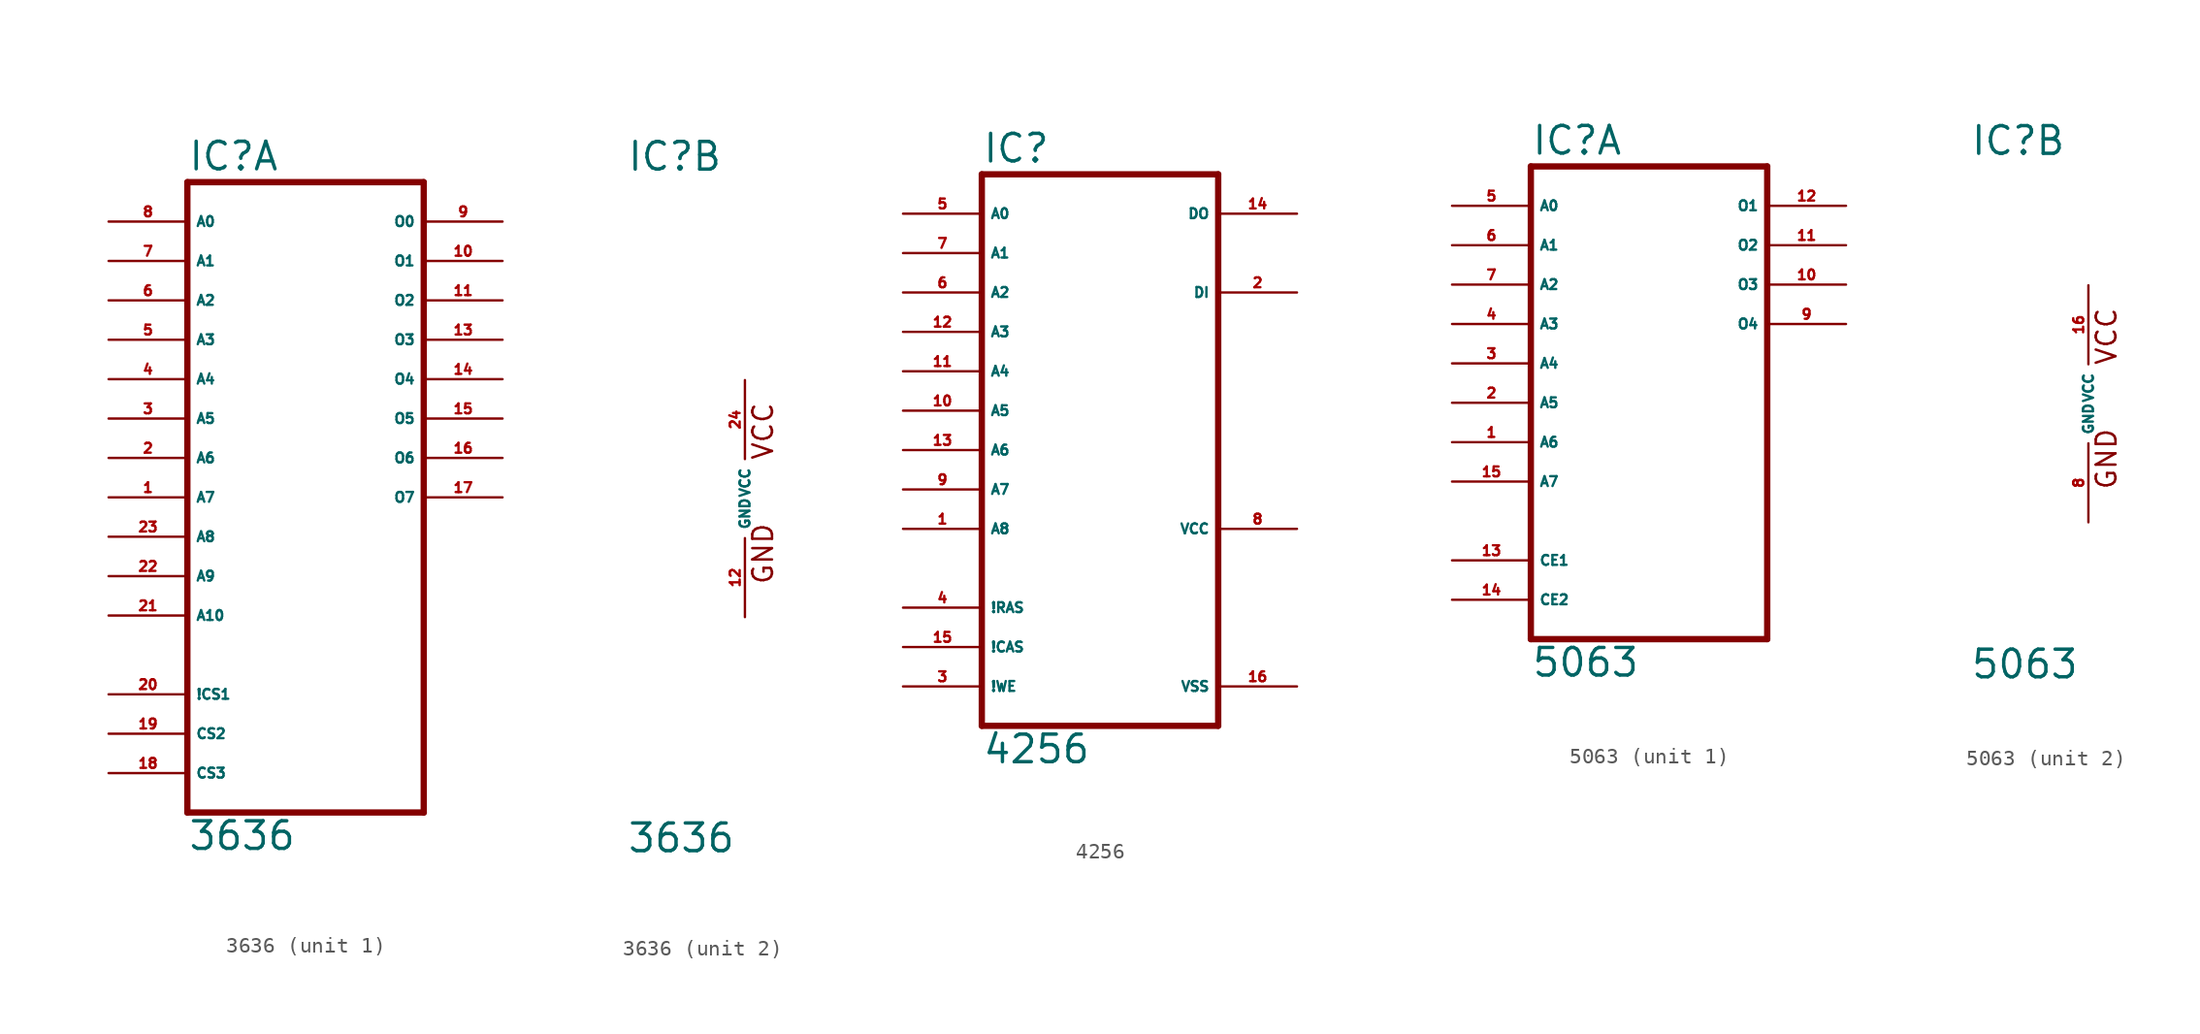
<source format=kicad_sym>
(kicad_symbol_lib
  (version 20220914)
  (generator Eagle2Kicad)
  (symbol "3636"
    (property "Reference" "IC"
      (at -7.62 20.955 0)
      (effects (font (size 1.778 1.778) (thickness 0.22)) (justify left bottom)))
    (property "Value" "3636"
      (at -7.62 -22.86 0)
      (effects (font (size 1.778 1.778) (thickness 0.22)) (justify left bottom)))
    (symbol "3636_1_0"
      (polyline (pts (xy -7.62 -20.32) (xy 7.62 -20.32)) (stroke (width 0.406) (type default)) (fill (type none)))
      (polyline (pts (xy 7.62 -20.32) (xy 7.62 20.32)) (stroke (width 0.406) (type default)) (fill (type none)))
      (polyline (pts (xy 7.62 20.32) (xy -7.62 20.32)) (stroke (width 0.406) (type default)) (fill (type none)))
      (polyline (pts (xy -7.62 20.32) (xy -7.62 -20.32)) (stroke (width 0.406) (type default)) (fill (type none)))
      (pin input line (at -12.7 0 0) (length 5.08) (name "A7" (effects (font (size 0.635 0.635) (thickness 0.08)) (justify left bottom))) (number "1" (effects (font (size 0.635 0.635) (thickness 0.08)) (justify left bottom))))
      (pin input line (at -12.7 2.54 0) (length 5.08) (name "A6" (effects (font (size 0.635 0.635) (thickness 0.08)) (justify left bottom))) (number "2" (effects (font (size 0.635 0.635) (thickness 0.08)) (justify left bottom))))
      (pin input line (at -12.7 5.08 0) (length 5.08) (name "A5" (effects (font (size 0.635 0.635) (thickness 0.08)) (justify left bottom))) (number "3" (effects (font (size 0.635 0.635) (thickness 0.08)) (justify left bottom))))
      (pin input line (at -12.7 7.62 0) (length 5.08) (name "A4" (effects (font (size 0.635 0.635) (thickness 0.08)) (justify left bottom))) (number "4" (effects (font (size 0.635 0.635) (thickness 0.08)) (justify left bottom))))
      (pin input line (at -12.7 10.16 0) (length 5.08) (name "A3" (effects (font (size 0.635 0.635) (thickness 0.08)) (justify left bottom))) (number "5" (effects (font (size 0.635 0.635) (thickness 0.08)) (justify left bottom))))
      (pin input line (at -12.7 12.7 0) (length 5.08) (name "A2" (effects (font (size 0.635 0.635) (thickness 0.08)) (justify left bottom))) (number "6" (effects (font (size 0.635 0.635) (thickness 0.08)) (justify left bottom))))
      (pin input line (at -12.7 15.24 0) (length 5.08) (name "A1" (effects (font (size 0.635 0.635) (thickness 0.08)) (justify left bottom))) (number "7" (effects (font (size 0.635 0.635) (thickness 0.08)) (justify left bottom))))
      (pin input line (at -12.7 17.78 0) (length 5.08) (name "A0" (effects (font (size 0.635 0.635) (thickness 0.08)) (justify left bottom))) (number "8" (effects (font (size 0.635 0.635) (thickness 0.08)) (justify left bottom))))
      (pin tri_state line (at 12.7 17.78 180) (length 5.08) (name "O0" (effects (font (size 0.635 0.635) (thickness 0.08)) (justify left bottom))) (number "9" (effects (font (size 0.635 0.635) (thickness 0.08)) (justify left bottom))))
      (pin tri_state line (at 12.7 15.24 180) (length 5.08) (name "O1" (effects (font (size 0.635 0.635) (thickness 0.08)) (justify left bottom))) (number "10" (effects (font (size 0.635 0.635) (thickness 0.08)) (justify left bottom))))
      (pin tri_state line (at 12.7 12.7 180) (length 5.08) (name "O2" (effects (font (size 0.635 0.635) (thickness 0.08)) (justify left bottom))) (number "11" (effects (font (size 0.635 0.635) (thickness 0.08)) (justify left bottom))))
      (pin tri_state line (at 12.7 10.16 180) (length 5.08) (name "O3" (effects (font (size 0.635 0.635) (thickness 0.08)) (justify left bottom))) (number "13" (effects (font (size 0.635 0.635) (thickness 0.08)) (justify left bottom))))
      (pin tri_state line (at 12.7 7.62 180) (length 5.08) (name "O4" (effects (font (size 0.635 0.635) (thickness 0.08)) (justify left bottom))) (number "14" (effects (font (size 0.635 0.635) (thickness 0.08)) (justify left bottom))))
      (pin tri_state line (at 12.7 5.08 180) (length 5.08) (name "O5" (effects (font (size 0.635 0.635) (thickness 0.08)) (justify left bottom))) (number "15" (effects (font (size 0.635 0.635) (thickness 0.08)) (justify left bottom))))
      (pin tri_state line (at 12.7 2.54 180) (length 5.08) (name "O6" (effects (font (size 0.635 0.635) (thickness 0.08)) (justify left bottom))) (number "16" (effects (font (size 0.635 0.635) (thickness 0.08)) (justify left bottom))))
      (pin tri_state line (at 12.7 0 180) (length 5.08) (name "O7" (effects (font (size 0.635 0.635) (thickness 0.08)) (justify left bottom))) (number "17" (effects (font (size 0.635 0.635) (thickness 0.08)) (justify left bottom))))
      (pin input line (at -12.7 -17.78 0) (length 5.08) (name "CS3" (effects (font (size 0.635 0.635) (thickness 0.08)) (justify left bottom))) (number "18" (effects (font (size 0.635 0.635) (thickness 0.08)) (justify left bottom))))
      (pin input line (at -12.7 -15.24 0) (length 5.08) (name "CS2" (effects (font (size 0.635 0.635) (thickness 0.08)) (justify left bottom))) (number "19" (effects (font (size 0.635 0.635) (thickness 0.08)) (justify left bottom))))
      (pin input line (at -12.7 -12.7 0) (length 5.08) (name "!CS1" (effects (font (size 0.635 0.635) (thickness 0.08)) (justify left bottom))) (number "20" (effects (font (size 0.635 0.635) (thickness 0.08)) (justify left bottom))))
      (pin input line (at -12.7 -7.62 0) (length 5.08) (name "A10" (effects (font (size 0.635 0.635) (thickness 0.08)) (justify left bottom))) (number "21" (effects (font (size 0.635 0.635) (thickness 0.08)) (justify left bottom))))
      (pin input line (at -12.7 -5.08 0) (length 5.08) (name "A9" (effects (font (size 0.635 0.635) (thickness 0.08)) (justify left bottom))) (number "22" (effects (font (size 0.635 0.635) (thickness 0.08)) (justify left bottom))))
      (pin input line (at -12.7 -2.54 0) (length 5.08) (name "A8" (effects (font (size 0.635 0.635) (thickness 0.08)) (justify left bottom))) (number "23" (effects (font (size 0.635 0.635) (thickness 0.08)) (justify left bottom)))))
    (symbol "3636_2_0"
      (text "GND" (at 1.905 -5.588 900) (effects (font (size 1.27 1.27) (thickness 0.16)) (justify left bottom)))
      (text "VCC" (at 1.905 2.413 900) (effects (font (size 1.27 1.27) (thickness 0.16)) (justify left bottom)))
      (pin unspecified line (at 0 -7.62 90) (length 5.08) (name "GND" (effects (font (size 0.635 0.635) (thickness 0.08)) (justify left bottom))) (number "12" (effects (font (size 0.635 0.635) (thickness 0.08)) (justify left bottom))))
      (pin unspecified line (at 0 7.62 270) (length 5.08) (name "VCC" (effects (font (size 0.635 0.635) (thickness 0.08)) (justify left bottom))) (number "24" (effects (font (size 0.635 0.635) (thickness 0.08)) (justify left bottom))))))
  (symbol "4256"
    (property "Reference" "IC"
      (at -7.62 18.415 0)
      (effects (font (size 1.778 1.778) (thickness 0.22)) (justify left bottom)))
    (property "Value" "4256"
      (at -7.62 -20.32 0)
      (effects (font (size 1.778 1.778) (thickness 0.22)) (justify left bottom)))
    (polyline
      (pts (xy -7.62 -17.78) (xy 7.62 -17.78))
      (stroke (width 0.406) (type default))
      (fill (type none)))
    (polyline
      (pts (xy 7.62 -17.78) (xy 7.62 17.78))
      (stroke (width 0.406) (type default))
      (fill (type none)))
    (polyline
      (pts (xy 7.62 17.78) (xy -7.62 17.78))
      (stroke (width 0.406) (type default))
      (fill (type none)))
    (polyline
      (pts (xy -7.62 17.78) (xy -7.62 -17.78))
      (stroke (width 0.406) (type default))
      (fill (type none)))
    (pin input line
      (at -12.7 -5.08 0)
      (length 5.08)
      (name "A8" (effects (font (size 0.635 0.635) (thickness 0.08)) (justify left bottom)))
      (number "1" (effects (font (size 0.635 0.635) (thickness 0.08)) (justify left bottom))))
    (pin input line
      (at 12.7 10.16 180)
      (length 5.08)
      (name "DI" (effects (font (size 0.635 0.635) (thickness 0.08)) (justify left bottom)))
      (number "2" (effects (font (size 0.635 0.635) (thickness 0.08)) (justify left bottom))))
    (pin input line
      (at -12.7 -15.24 0)
      (length 5.08)
      (name "!WE" (effects (font (size 0.635 0.635) (thickness 0.08)) (justify left bottom)))
      (number "3" (effects (font (size 0.635 0.635) (thickness 0.08)) (justify left bottom))))
    (pin input line
      (at -12.7 -10.16 0)
      (length 5.08)
      (name "!RAS" (effects (font (size 0.635 0.635) (thickness 0.08)) (justify left bottom)))
      (number "4" (effects (font (size 0.635 0.635) (thickness 0.08)) (justify left bottom))))
    (pin input line
      (at -12.7 15.24 0)
      (length 5.08)
      (name "A0" (effects (font (size 0.635 0.635) (thickness 0.08)) (justify left bottom)))
      (number "5" (effects (font (size 0.635 0.635) (thickness 0.08)) (justify left bottom))))
    (pin input line
      (at -12.7 10.16 0)
      (length 5.08)
      (name "A2" (effects (font (size 0.635 0.635) (thickness 0.08)) (justify left bottom)))
      (number "6" (effects (font (size 0.635 0.635) (thickness 0.08)) (justify left bottom))))
    (pin input line
      (at -12.7 12.7 0)
      (length 5.08)
      (name "A1" (effects (font (size 0.635 0.635) (thickness 0.08)) (justify left bottom)))
      (number "7" (effects (font (size 0.635 0.635) (thickness 0.08)) (justify left bottom))))
    (pin input line
      (at -12.7 -2.54 0)
      (length 5.08)
      (name "A7" (effects (font (size 0.635 0.635) (thickness 0.08)) (justify left bottom)))
      (number "9" (effects (font (size 0.635 0.635) (thickness 0.08)) (justify left bottom))))
    (pin input line
      (at -12.7 2.54 0)
      (length 5.08)
      (name "A5" (effects (font (size 0.635 0.635) (thickness 0.08)) (justify left bottom)))
      (number "10" (effects (font (size 0.635 0.635) (thickness 0.08)) (justify left bottom))))
    (pin input line
      (at -12.7 5.08 0)
      (length 5.08)
      (name "A4" (effects (font (size 0.635 0.635) (thickness 0.08)) (justify left bottom)))
      (number "11" (effects (font (size 0.635 0.635) (thickness 0.08)) (justify left bottom))))
    (pin input line
      (at -12.7 7.62 0)
      (length 5.08)
      (name "A3" (effects (font (size 0.635 0.635) (thickness 0.08)) (justify left bottom)))
      (number "12" (effects (font (size 0.635 0.635) (thickness 0.08)) (justify left bottom))))
    (pin input line
      (at -12.7 0 0)
      (length 5.08)
      (name "A6" (effects (font (size 0.635 0.635) (thickness 0.08)) (justify left bottom)))
      (number "13" (effects (font (size 0.635 0.635) (thickness 0.08)) (justify left bottom))))
    (pin tri_state line
      (at 12.7 15.24 180)
      (length 5.08)
      (name "DO" (effects (font (size 0.635 0.635) (thickness 0.08)) (justify left bottom)))
      (number "14" (effects (font (size 0.635 0.635) (thickness 0.08)) (justify left bottom))))
    (pin input line
      (at -12.7 -12.7 0)
      (length 5.08)
      (name "!CAS" (effects (font (size 0.635 0.635) (thickness 0.08)) (justify left bottom)))
      (number "15" (effects (font (size 0.635 0.635) (thickness 0.08)) (justify left bottom))))
    (pin unspecified line
      (at 12.7 -15.24 180)
      (length 5.08)
      (name "VSS" (effects (font (size 0.635 0.635) (thickness 0.08)) (justify left bottom)))
      (number "16" (effects (font (size 0.635 0.635) (thickness 0.08)) (justify left bottom))))
    (pin unspecified line
      (at 12.7 -5.08 180)
      (length 5.08)
      (name "VCC" (effects (font (size 0.635 0.635) (thickness 0.08)) (justify left bottom)))
      (number "8" (effects (font (size 0.635 0.635) (thickness 0.08)) (justify left bottom)))))
  (symbol "5063"
    (property "Reference" "IC"
      (at -7.62 15.875 0)
      (effects (font (size 1.778 1.778) (thickness 0.22)) (justify left bottom)))
    (property "Value" "5063"
      (at -7.62 -17.78 0)
      (effects (font (size 1.778 1.778) (thickness 0.22)) (justify left bottom)))
    (symbol "5063_1_0"
      (polyline (pts (xy -7.62 -15.24) (xy 7.62 -15.24)) (stroke (width 0.406) (type default)) (fill (type none)))
      (polyline (pts (xy 7.62 -15.24) (xy 7.62 15.24)) (stroke (width 0.406) (type default)) (fill (type none)))
      (polyline (pts (xy 7.62 15.24) (xy -7.62 15.24)) (stroke (width 0.406) (type default)) (fill (type none)))
      (polyline (pts (xy -7.62 15.24) (xy -7.62 -15.24)) (stroke (width 0.406) (type default)) (fill (type none)))
      (pin input line (at -12.7 -2.54 0) (length 5.08) (name "A6" (effects (font (size 0.635 0.635) (thickness 0.08)) (justify left bottom))) (number "1" (effects (font (size 0.635 0.635) (thickness 0.08)) (justify left bottom))))
      (pin input line (at -12.7 0 0) (length 5.08) (name "A5" (effects (font (size 0.635 0.635) (thickness 0.08)) (justify left bottom))) (number "2" (effects (font (size 0.635 0.635) (thickness 0.08)) (justify left bottom))))
      (pin input line (at -12.7 2.54 0) (length 5.08) (name "A4" (effects (font (size 0.635 0.635) (thickness 0.08)) (justify left bottom))) (number "3" (effects (font (size 0.635 0.635) (thickness 0.08)) (justify left bottom))))
      (pin input line (at -12.7 5.08 0) (length 5.08) (name "A3" (effects (font (size 0.635 0.635) (thickness 0.08)) (justify left bottom))) (number "4" (effects (font (size 0.635 0.635) (thickness 0.08)) (justify left bottom))))
      (pin input line (at -12.7 12.7 0) (length 5.08) (name "A0" (effects (font (size 0.635 0.635) (thickness 0.08)) (justify left bottom))) (number "5" (effects (font (size 0.635 0.635) (thickness 0.08)) (justify left bottom))))
      (pin input line (at -12.7 10.16 0) (length 5.08) (name "A1" (effects (font (size 0.635 0.635) (thickness 0.08)) (justify left bottom))) (number "6" (effects (font (size 0.635 0.635) (thickness 0.08)) (justify left bottom))))
      (pin input line (at -12.7 7.62 0) (length 5.08) (name "A2" (effects (font (size 0.635 0.635) (thickness 0.08)) (justify left bottom))) (number "7" (effects (font (size 0.635 0.635) (thickness 0.08)) (justify left bottom))))
      (pin open_collector line (at 12.7 5.08 180) (length 5.08) (name "O4" (effects (font (size 0.635 0.635) (thickness 0.08)) (justify left bottom))) (number "9" (effects (font (size 0.635 0.635) (thickness 0.08)) (justify left bottom))))
      (pin open_collector line (at 12.7 7.62 180) (length 5.08) (name "O3" (effects (font (size 0.635 0.635) (thickness 0.08)) (justify left bottom))) (number "10" (effects (font (size 0.635 0.635) (thickness 0.08)) (justify left bottom))))
      (pin open_collector line (at 12.7 10.16 180) (length 5.08) (name "O2" (effects (font (size 0.635 0.635) (thickness 0.08)) (justify left bottom))) (number "11" (effects (font (size 0.635 0.635) (thickness 0.08)) (justify left bottom))))
      (pin open_collector line (at 12.7 12.7 180) (length 5.08) (name "O1" (effects (font (size 0.635 0.635) (thickness 0.08)) (justify left bottom))) (number "12" (effects (font (size 0.635 0.635) (thickness 0.08)) (justify left bottom))))
      (pin input line (at -12.7 -10.16 0) (length 5.08) (name "CE1" (effects (font (size 0.635 0.635) (thickness 0.08)) (justify left bottom))) (number "13" (effects (font (size 0.635 0.635) (thickness 0.08)) (justify left bottom))))
      (pin input line (at -12.7 -12.7 0) (length 5.08) (name "CE2" (effects (font (size 0.635 0.635) (thickness 0.08)) (justify left bottom))) (number "14" (effects (font (size 0.635 0.635) (thickness 0.08)) (justify left bottom))))
      (pin input line (at -12.7 -5.08 0) (length 5.08) (name "A7" (effects (font (size 0.635 0.635) (thickness 0.08)) (justify left bottom))) (number "15" (effects (font (size 0.635 0.635) (thickness 0.08)) (justify left bottom)))))
    (symbol "5063_2_0"
      (text "GND" (at 1.905 -5.588 900) (effects (font (size 1.27 1.27) (thickness 0.16)) (justify left bottom)))
      (text "VCC" (at 1.905 2.413 900) (effects (font (size 1.27 1.27) (thickness 0.16)) (justify left bottom)))
      (pin unspecified line (at 0 -7.62 90) (length 5.08) (name "GND" (effects (font (size 0.635 0.635) (thickness 0.08)) (justify left bottom))) (number "8" (effects (font (size 0.635 0.635) (thickness 0.08)) (justify left bottom))))
      (pin unspecified line (at 0 7.62 270) (length 5.08) (name "VCC" (effects (font (size 0.635 0.635) (thickness 0.08)) (justify left bottom))) (number "16" (effects (font (size 0.635 0.635) (thickness 0.08)) (justify left bottom)))))))
</source>
